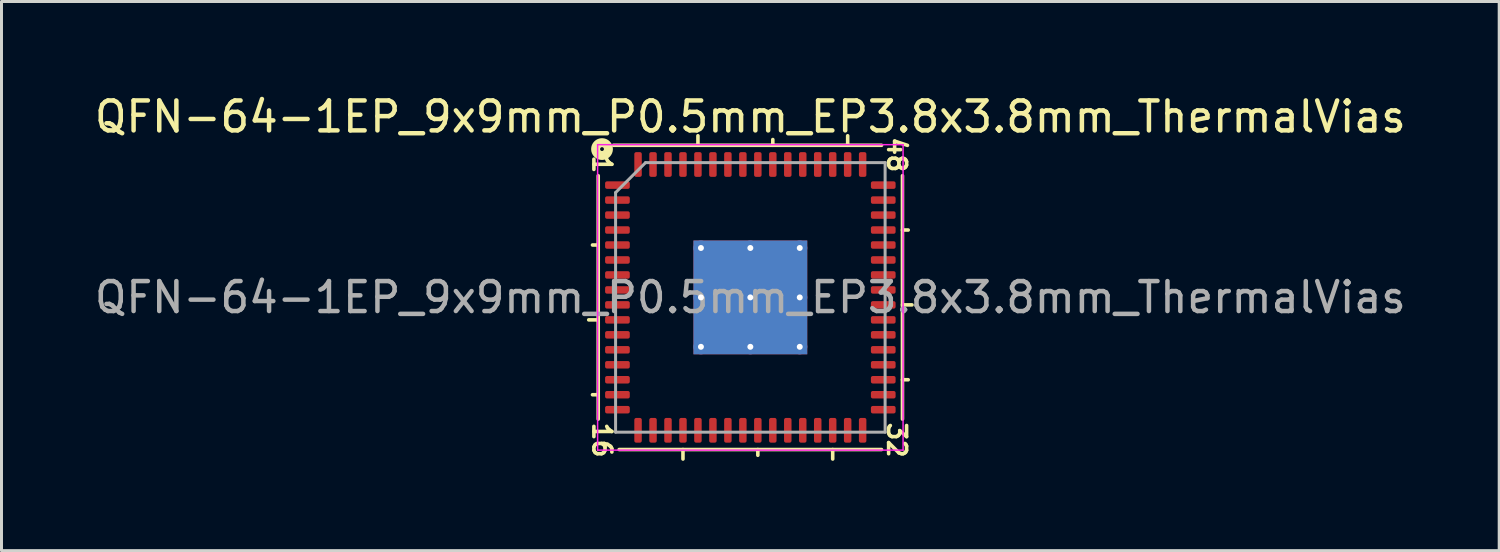
<source format=kicad_pcb>
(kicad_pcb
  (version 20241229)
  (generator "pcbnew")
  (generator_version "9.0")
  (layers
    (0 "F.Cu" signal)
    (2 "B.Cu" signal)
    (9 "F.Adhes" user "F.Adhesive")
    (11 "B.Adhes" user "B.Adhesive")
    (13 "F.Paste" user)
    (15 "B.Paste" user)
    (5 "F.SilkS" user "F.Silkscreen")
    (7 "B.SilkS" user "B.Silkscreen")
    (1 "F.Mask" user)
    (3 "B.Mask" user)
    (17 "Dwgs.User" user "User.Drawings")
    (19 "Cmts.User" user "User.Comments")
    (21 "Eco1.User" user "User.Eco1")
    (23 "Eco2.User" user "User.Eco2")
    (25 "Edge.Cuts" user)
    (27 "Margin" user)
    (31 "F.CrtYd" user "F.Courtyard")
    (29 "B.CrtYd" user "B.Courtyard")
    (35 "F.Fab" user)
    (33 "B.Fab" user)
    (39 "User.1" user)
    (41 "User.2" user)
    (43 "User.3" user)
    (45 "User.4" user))
  (footprint "QFN-64-1EP_9x9mm_P0.5mm_EP3.8x3.8mm_ThermalVias"
    (layer "F.Cu")
    (at 22.006 6.881)
    (property "Reference" "QFN-64-1EP_9x9mm_P0.5mm_EP3.8x3.8mm_ThermalVias" (at 0 -6.032 0) (layer "F.SilkS") (effects (font (size 1 1) (thickness 0.15))))
    (attr smd)
    (fp_line (start -5.08 -4.064) (end -5.08 4.064) (stroke (width 0.12) (type solid)) (layer "F.SilkS"))
    (fp_line (start -5.08 -1.75) (end -5.271 -1.75) (stroke (width 0.12) (type solid)) (layer "F.SilkS"))
    (fp_line (start -5.08 0.75) (end -5.397 0.75) (stroke (width 0.12) (type solid)) (layer "F.SilkS"))
    (fp_line (start -5.08 3.25) (end -5.271 3.25) (stroke (width 0.12) (type solid)) (layer "F.SilkS"))
    (fp_line (start -4.381 5.08) (end 4.381 5.08) (stroke (width 0.12) (type solid)) (layer "F.SilkS"))
    (fp_line (start -2.25 5.08) (end -2.25 5.397) (stroke (width 0.12) (type solid)) (layer "F.SilkS"))
    (fp_line (start -1.75 -5.08) (end -1.75 -5.397) (stroke (width 0.12) (type solid)) (layer "F.SilkS"))
    (fp_line (start 0.25 5.08) (end 0.25 5.271) (stroke (width 0.12) (type solid)) (layer "F.SilkS"))
    (fp_line (start 0.75 -5.08) (end 0.75 -5.271) (stroke (width 0.12) (type solid)) (layer "F.SilkS"))
    (fp_line (start 2.75 5.08) (end 2.75 5.397) (stroke (width 0.12) (type solid)) (layer "F.SilkS"))
    (fp_line (start 3.25 -5.08) (end 3.25 -5.397) (stroke (width 0.12) (type solid)) (layer "F.SilkS"))
    (fp_line (start 4.381 -5.08) (end -4.572 -5.08) (stroke (width 0.12) (type solid)) (layer "F.SilkS"))
    (fp_line (start 5.08 -2.25) (end 5.271 -2.25) (stroke (width 0.12) (type solid)) (layer "F.SilkS"))
    (fp_line (start 5.08 0.25) (end 5.397 0.25) (stroke (width 0.12) (type solid)) (layer "F.SilkS"))
    (fp_line (start 5.08 2.75) (end 5.271 2.75) (stroke (width 0.12) (type solid)) (layer "F.SilkS"))
    (fp_line (start 5.08 4.064) (end 5.08 -4.064) (stroke (width 0.12) (type solid)) (layer "F.SilkS"))
    (fp_circle (center -4.953 -4.953) (end -4.889 -4.953) (stroke (width 0.3) (type solid)) (fill no) (layer "F.SilkS"))
    (fp_line (start -5.1 -5.1) (end -5.1 5.1) (stroke (width 0.05) (type solid)) (layer "F.CrtYd"))
    (fp_line (start -5.1 5.1) (end 5.1 5.1) (stroke (width 0.05) (type solid)) (layer "F.CrtYd"))
    (fp_line (start 5.1 -5.1) (end -5.1 -5.1) (stroke (width 0.05) (type solid)) (layer "F.CrtYd"))
    (fp_line (start 5.1 5.1) (end 5.1 -5.1) (stroke (width 0.05) (type solid)) (layer "F.CrtYd"))
    (fp_line (start -4.5 -3.5) (end -3.5 -4.5) (stroke (width 0.1) (type solid)) (layer "F.Fab"))
    (fp_line (start -4.5 4.5) (end -4.5 -3.5) (stroke (width 0.1) (type solid)) (layer "F.Fab"))
    (fp_line (start -3.5 -4.5) (end 4.5 -4.5) (stroke (width 0.1) (type solid)) (layer "F.Fab"))
    (fp_line (start 4.5 -4.5) (end 4.5 4.5) (stroke (width 0.1) (type solid)) (layer "F.Fab"))
    (fp_line (start 4.5 4.5) (end -4.5 4.5) (stroke (width 0.1) (type solid)) (layer "F.Fab"))
    (fp_text user "1" (at -4.953 -4.445 270) (unlocked yes) (layer "F.SilkS") (effects (font (size 0.6 0.6) (thickness 0.12))))
    (fp_text user "48" (at 4.889 -4.763 270) (unlocked yes) (layer "F.SilkS") (effects (font (size 0.6 0.6) (thickness 0.12))))
    (fp_text user "32" (at 4.889 4.763 270) (unlocked yes) (layer "F.SilkS") (effects (font (size 0.6 0.6) (thickness 0.12))))
    (fp_text user "16" (at -4.953 4.763 270) (unlocked yes) (layer "F.SilkS") (effects (font (size 0.6 0.6) (thickness 0.12))))
    (fp_text user "${REFERENCE}" (at 0 0 0) (layer "F.Fab") (effects (font (size 1 1) (thickness 0.15))))
    (pad "" smd custom (at -0.825 -0.825) (size 1.415 1.415) (layers "F.Paste") (options (anchor circle)) (primitives (gr_poly (pts (xy 0.649 -0.553) (xy 0.649 0.553) (xy 0.553 0.649) (xy -0.553 0.649) (xy -0.649 0.553) (xy -0.649 -0.553) (xy -0.553 -0.649) (xy 0.553 -0.649)) (width 0.233) (fill yes))))
    (pad "" smd custom (at -0.825 0.825) (size 1.415 1.415) (layers "F.Paste") (options (anchor circle)) (primitives (gr_poly (pts (xy 0.649 -0.553) (xy 0.649 0.553) (xy 0.553 0.649) (xy -0.553 0.649) (xy -0.649 0.553) (xy -0.649 -0.553) (xy -0.553 -0.649) (xy 0.553 -0.649)) (width 0.233) (fill yes))))
    (pad "" smd custom (at 0.825 -0.825) (size 1.415 1.415) (layers "F.Paste") (options (anchor circle)) (primitives (gr_poly (pts (xy 0.649 -0.553) (xy 0.649 0.553) (xy 0.553 0.649) (xy -0.553 0.649) (xy -0.649 0.553) (xy -0.649 -0.553) (xy -0.553 -0.649) (xy 0.553 -0.649)) (width 0.233) (fill yes))))
    (pad "" smd custom (at 0.825 0.825) (size 1.415 1.415) (layers "F.Paste") (options (anchor circle)) (primitives (gr_poly (pts (xy 0.649 -0.553) (xy 0.649 0.553) (xy 0.553 0.649) (xy -0.553 0.649) (xy -0.649 0.553) (xy -0.649 -0.553) (xy -0.553 -0.649) (xy 0.553 -0.649)) (width 0.233) (fill yes))))
    (pad "1" smd roundrect (at -4.438 -3.75) (size 0.825 0.25) (layers "F.Cu" "F.Mask" "F.Paste") (roundrect_rratio 0.25))
    (pad "2" smd roundrect (at -4.438 -3.25) (size 0.825 0.25) (layers "F.Cu" "F.Mask" "F.Paste") (roundrect_rratio 0.25))
    (pad "3" smd roundrect (at -4.438 -2.75) (size 0.825 0.25) (layers "F.Cu" "F.Mask" "F.Paste") (roundrect_rratio 0.25))
    (pad "4" smd roundrect (at -4.438 -2.25) (size 0.825 0.25) (layers "F.Cu" "F.Mask" "F.Paste") (roundrect_rratio 0.25))
    (pad "5" smd roundrect (at -4.438 -1.75) (size 0.825 0.25) (layers "F.Cu" "F.Mask" "F.Paste") (roundrect_rratio 0.25))
    (pad "6" smd roundrect (at -4.438 -1.25) (size 0.825 0.25) (layers "F.Cu" "F.Mask" "F.Paste") (roundrect_rratio 0.25))
    (pad "7" smd roundrect (at -4.438 -0.75) (size 0.825 0.25) (layers "F.Cu" "F.Mask" "F.Paste") (roundrect_rratio 0.25))
    (pad "8" smd roundrect (at -4.438 -0.25) (size 0.825 0.25) (layers "F.Cu" "F.Mask" "F.Paste") (roundrect_rratio 0.25))
    (pad "9" smd roundrect (at -4.438 0.25) (size 0.825 0.25) (layers "F.Cu" "F.Mask" "F.Paste") (roundrect_rratio 0.25))
    (pad "10" smd roundrect (at -4.438 0.75) (size 0.825 0.25) (layers "F.Cu" "F.Mask" "F.Paste") (roundrect_rratio 0.25))
    (pad "11" smd roundrect (at -4.438 1.25) (size 0.825 0.25) (layers "F.Cu" "F.Mask" "F.Paste") (roundrect_rratio 0.25))
    (pad "12" smd roundrect (at -4.438 1.75) (size 0.825 0.25) (layers "F.Cu" "F.Mask" "F.Paste") (roundrect_rratio 0.25))
    (pad "13" smd roundrect (at -4.438 2.25) (size 0.825 0.25) (layers "F.Cu" "F.Mask" "F.Paste") (roundrect_rratio 0.25))
    (pad "14" smd roundrect (at -4.438 2.75) (size 0.825 0.25) (layers "F.Cu" "F.Mask" "F.Paste") (roundrect_rratio 0.25))
    (pad "15" smd roundrect (at -4.438 3.25) (size 0.825 0.25) (layers "F.Cu" "F.Mask" "F.Paste") (roundrect_rratio 0.25))
    (pad "16" smd roundrect (at -4.438 3.75) (size 0.825 0.25) (layers "F.Cu" "F.Mask" "F.Paste") (roundrect_rratio 0.25))
    (pad "17" smd roundrect (at -3.75 4.438) (size 0.25 0.825) (layers "F.Cu" "F.Mask" "F.Paste") (roundrect_rratio 0.25))
    (pad "18" smd roundrect (at -3.25 4.438) (size 0.25 0.825) (layers "F.Cu" "F.Mask" "F.Paste") (roundrect_rratio 0.25))
    (pad "19" smd roundrect (at -2.75 4.438) (size 0.25 0.825) (layers "F.Cu" "F.Mask" "F.Paste") (roundrect_rratio 0.25))
    (pad "20" smd roundrect (at -2.25 4.438) (size 0.25 0.825) (layers "F.Cu" "F.Mask" "F.Paste") (roundrect_rratio 0.25))
    (pad "21" smd roundrect (at -1.75 4.438) (size 0.25 0.825) (layers "F.Cu" "F.Mask" "F.Paste") (roundrect_rratio 0.25))
    (pad "22" smd roundrect (at -1.25 4.438) (size 0.25 0.825) (layers "F.Cu" "F.Mask" "F.Paste") (roundrect_rratio 0.25))
    (pad "23" smd roundrect (at -0.75 4.438) (size 0.25 0.825) (layers "F.Cu" "F.Mask" "F.Paste") (roundrect_rratio 0.25))
    (pad "24" smd roundrect (at -0.25 4.438) (size 0.25 0.825) (layers "F.Cu" "F.Mask" "F.Paste") (roundrect_rratio 0.25))
    (pad "25" smd roundrect (at 0.25 4.438) (size 0.25 0.825) (layers "F.Cu" "F.Mask" "F.Paste") (roundrect_rratio 0.25))
    (pad "26" smd roundrect (at 0.75 4.438) (size 0.25 0.825) (layers "F.Cu" "F.Mask" "F.Paste") (roundrect_rratio 0.25))
    (pad "27" smd roundrect (at 1.25 4.438) (size 0.25 0.825) (layers "F.Cu" "F.Mask" "F.Paste") (roundrect_rratio 0.25))
    (pad "28" smd roundrect (at 1.75 4.438) (size 0.25 0.825) (layers "F.Cu" "F.Mask" "F.Paste") (roundrect_rratio 0.25))
    (pad "29" smd roundrect (at 2.25 4.438) (size 0.25 0.825) (layers "F.Cu" "F.Mask" "F.Paste") (roundrect_rratio 0.25))
    (pad "30" smd roundrect (at 2.75 4.438) (size 0.25 0.825) (layers "F.Cu" "F.Mask" "F.Paste") (roundrect_rratio 0.25))
    (pad "31" smd roundrect (at 3.25 4.438) (size 0.25 0.825) (layers "F.Cu" "F.Mask" "F.Paste") (roundrect_rratio 0.25))
    (pad "32" smd roundrect (at 3.75 4.438) (size 0.25 0.825) (layers "F.Cu" "F.Mask" "F.Paste") (roundrect_rratio 0.25))
    (pad "33" smd roundrect (at 4.438 3.75) (size 0.825 0.25) (layers "F.Cu" "F.Mask" "F.Paste") (roundrect_rratio 0.25))
    (pad "34" smd roundrect (at 4.438 3.25) (size 0.825 0.25) (layers "F.Cu" "F.Mask" "F.Paste") (roundrect_rratio 0.25))
    (pad "35" smd roundrect (at 4.438 2.75) (size 0.825 0.25) (layers "F.Cu" "F.Mask" "F.Paste") (roundrect_rratio 0.25))
    (pad "36" smd roundrect (at 4.438 2.25) (size 0.825 0.25) (layers "F.Cu" "F.Mask" "F.Paste") (roundrect_rratio 0.25))
    (pad "37" smd roundrect (at 4.438 1.75) (size 0.825 0.25) (layers "F.Cu" "F.Mask" "F.Paste") (roundrect_rratio 0.25))
    (pad "38" smd roundrect (at 4.438 1.25) (size 0.825 0.25) (layers "F.Cu" "F.Mask" "F.Paste") (roundrect_rratio 0.25))
    (pad "39" smd roundrect (at 4.438 0.75) (size 0.825 0.25) (layers "F.Cu" "F.Mask" "F.Paste") (roundrect_rratio 0.25))
    (pad "40" smd roundrect (at 4.438 0.25) (size 0.825 0.25) (layers "F.Cu" "F.Mask" "F.Paste") (roundrect_rratio 0.25))
    (pad "41" smd roundrect (at 4.438 -0.25) (size 0.825 0.25) (layers "F.Cu" "F.Mask" "F.Paste") (roundrect_rratio 0.25))
    (pad "42" smd roundrect (at 4.438 -0.75) (size 0.825 0.25) (layers "F.Cu" "F.Mask" "F.Paste") (roundrect_rratio 0.25))
    (pad "43" smd roundrect (at 4.438 -1.25) (size 0.825 0.25) (layers "F.Cu" "F.Mask" "F.Paste") (roundrect_rratio 0.25))
    (pad "44" smd roundrect (at 4.438 -1.75) (size 0.825 0.25) (layers "F.Cu" "F.Mask" "F.Paste") (roundrect_rratio 0.25))
    (pad "45" smd roundrect (at 4.438 -2.25) (size 0.825 0.25) (layers "F.Cu" "F.Mask" "F.Paste") (roundrect_rratio 0.25))
    (pad "46" smd roundrect (at 4.438 -2.75) (size 0.825 0.25) (layers "F.Cu" "F.Mask" "F.Paste") (roundrect_rratio 0.25))
    (pad "47" smd roundrect (at 4.438 -3.25) (size 0.825 0.25) (layers "F.Cu" "F.Mask" "F.Paste") (roundrect_rratio 0.25))
    (pad "48" smd roundrect (at 4.438 -3.75) (size 0.825 0.25) (layers "F.Cu" "F.Mask" "F.Paste") (roundrect_rratio 0.25))
    (pad "49" smd roundrect (at 3.75 -4.438) (size 0.25 0.825) (layers "F.Cu" "F.Mask" "F.Paste") (roundrect_rratio 0.25))
    (pad "50" smd roundrect (at 3.25 -4.438) (size 0.25 0.825) (layers "F.Cu" "F.Mask" "F.Paste") (roundrect_rratio 0.25))
    (pad "51" smd roundrect (at 2.75 -4.438) (size 0.25 0.825) (layers "F.Cu" "F.Mask" "F.Paste") (roundrect_rratio 0.25))
    (pad "52" smd roundrect (at 2.25 -4.438) (size 0.25 0.825) (layers "F.Cu" "F.Mask" "F.Paste") (roundrect_rratio 0.25))
    (pad "53" smd roundrect (at 1.75 -4.438) (size 0.25 0.825) (layers "F.Cu" "F.Mask" "F.Paste") (roundrect_rratio 0.25))
    (pad "54" smd roundrect (at 1.25 -4.438) (size 0.25 0.825) (layers "F.Cu" "F.Mask" "F.Paste") (roundrect_rratio 0.25))
    (pad "55" smd roundrect (at 0.75 -4.438) (size 0.25 0.825) (layers "F.Cu" "F.Mask" "F.Paste") (roundrect_rratio 0.25))
    (pad "56" smd roundrect (at 0.25 -4.438) (size 0.25 0.825) (layers "F.Cu" "F.Mask" "F.Paste") (roundrect_rratio 0.25))
    (pad "57" smd roundrect (at -0.25 -4.438) (size 0.25 0.825) (layers "F.Cu" "F.Mask" "F.Paste") (roundrect_rratio 0.25))
    (pad "58" smd roundrect (at -0.75 -4.438) (size 0.25 0.825) (layers "F.Cu" "F.Mask" "F.Paste") (roundrect_rratio 0.25))
    (pad "59" smd roundrect (at -1.25 -4.438) (size 0.25 0.825) (layers "F.Cu" "F.Mask" "F.Paste") (roundrect_rratio 0.25))
    (pad "60" smd roundrect (at -1.75 -4.438) (size 0.25 0.825) (layers "F.Cu" "F.Mask" "F.Paste") (roundrect_rratio 0.25))
    (pad "61" smd roundrect (at -2.25 -4.438) (size 0.25 0.825) (layers "F.Cu" "F.Mask" "F.Paste") (roundrect_rratio 0.25))
    (pad "62" smd roundrect (at -2.75 -4.438) (size 0.25 0.825) (layers "F.Cu" "F.Mask" "F.Paste") (roundrect_rratio 0.25))
    (pad "63" smd roundrect (at -3.25 -4.438) (size 0.25 0.825) (layers "F.Cu" "F.Mask" "F.Paste") (roundrect_rratio 0.25))
    (pad "64" smd roundrect (at -3.75 -4.438) (size 0.25 0.825) (layers "F.Cu" "F.Mask" "F.Paste") (roundrect_rratio 0.25))
    (pad "65" thru_hole circle (at -1.65 -1.65) (size 0.5 0.5) (drill 0.2) (layers "*.Cu"))
    (pad "65" thru_hole circle (at -1.65 0) (size 0.5 0.5) (drill 0.2) (layers "*.Cu"))
    (pad "65" thru_hole circle (at -1.65 1.65) (size 0.5 0.5) (drill 0.2) (layers "*.Cu"))
    (pad "65" thru_hole circle (at 0 -1.65) (size 0.5 0.5) (drill 0.2) (layers "*.Cu"))
    (pad "65" thru_hole circle (at 0 0) (size 0.5 0.5) (drill 0.2) (layers "*.Cu"))
    (pad "65" smd rect (at 0 0) (size 3.8 3.8) (layers "F.Cu" "F.Mask"))
    (pad "65" smd rect (at 0 0) (size 3.8 3.8) (layers "B.Cu" "B.Mask"))
    (pad "65" thru_hole circle (at 0 1.65) (size 0.5 0.5) (drill 0.2) (layers "*.Cu"))
    (pad "65" thru_hole circle (at 1.65 -1.65) (size 0.5 0.5) (drill 0.2) (layers "*.Cu"))
    (pad "65" thru_hole circle (at 1.65 0) (size 0.5 0.5) (drill 0.2) (layers "*.Cu"))
    (pad "65" thru_hole circle (at 1.65 1.65) (size 0.5 0.5) (drill 0.2) (layers "*.Cu")))
  (gr_rect
    (start -3 -3)
    (end 47.012 15.338)
    (stroke (width 0.1) (type default))
    (fill no)
    (layer "Edge.Cuts")))
</source>
